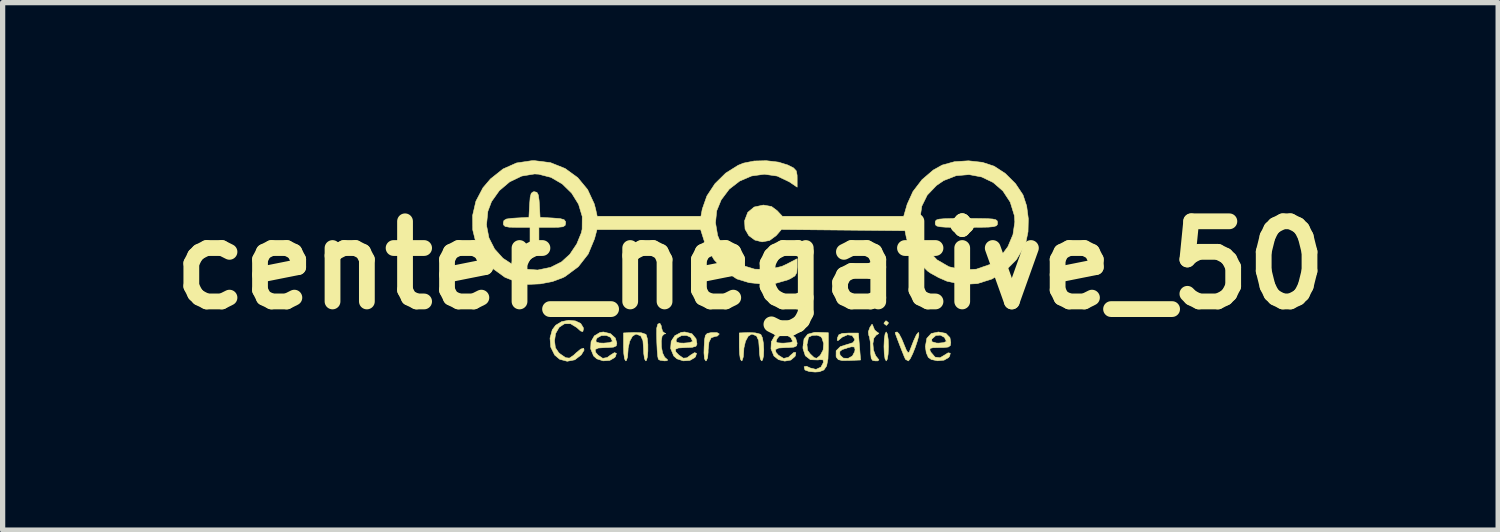
<source format=kicad_pcb>
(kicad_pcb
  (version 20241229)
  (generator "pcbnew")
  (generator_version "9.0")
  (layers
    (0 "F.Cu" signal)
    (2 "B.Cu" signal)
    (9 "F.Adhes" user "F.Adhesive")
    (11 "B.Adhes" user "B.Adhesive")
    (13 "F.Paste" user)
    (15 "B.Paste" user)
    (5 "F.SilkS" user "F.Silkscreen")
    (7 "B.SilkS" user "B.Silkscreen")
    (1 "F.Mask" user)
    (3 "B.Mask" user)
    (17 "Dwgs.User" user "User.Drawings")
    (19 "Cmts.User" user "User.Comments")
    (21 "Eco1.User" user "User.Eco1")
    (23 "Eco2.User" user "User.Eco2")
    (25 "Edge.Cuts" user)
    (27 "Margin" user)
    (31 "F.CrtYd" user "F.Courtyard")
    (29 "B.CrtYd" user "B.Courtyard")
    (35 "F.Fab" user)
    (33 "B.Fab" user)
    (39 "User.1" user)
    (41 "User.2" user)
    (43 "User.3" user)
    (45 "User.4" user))
  (footprint "center_negative_50"
    (layer "F.Cu")
    (at 11.22 1.993)
    (property "Reference" "center_negative_50" (at 0 0 0) (layer "F.SilkS") (effects (font (size 1.524 1.524) (thickness 0.3))))
    (attr through_hole)
    (fp_poly (pts (xy 2.623 1.091) (xy 2.625 1.101) (xy 2.592 1.142) (xy 2.582 1.143) (xy 2.541 1.111) (xy 2.54 1.101) (xy 2.572 1.06) (xy 2.582 1.058) (xy 2.623 1.091)) (stroke (width 0.01) (type solid)) (fill yes) (layer "F.SilkS"))
    (fp_poly (pts (xy 2.604 1.309) (xy 2.62 1.412) (xy 2.625 1.545) (xy 2.619 1.689) (xy 2.603 1.787) (xy 2.582 1.82) (xy 2.56 1.781) (xy 2.545 1.678) (xy 2.54 1.545) (xy 2.546 1.401) (xy 2.562 1.303) (xy 2.582 1.27) (xy 2.604 1.309)) (stroke (width 0.01) (type solid)) (fill yes) (layer "F.SilkS"))
    (fp_poly (pts (xy -0.635 1.282) (xy -0.593 1.307) (xy -0.593 1.31) (xy -0.628 1.347) (xy -0.673 1.355) (xy -0.746 1.38) (xy -0.788 1.462) (xy -0.804 1.613) (xy -0.804 1.654) (xy -0.814 1.759) (xy -0.839 1.817) (xy -0.849 1.82) (xy -0.873 1.78) (xy -0.883 1.668) (xy -0.88 1.558) (xy -0.872 1.415) (xy -0.856 1.335) (xy -0.821 1.298) (xy -0.757 1.284) (xy -0.73 1.281) (xy -0.635 1.282)) (stroke (width 0.01) (type solid)) (fill yes) (layer "F.SilkS"))
    (fp_poly (pts (xy -1.695 1.154) (xy -1.693 1.182) (xy -1.669 1.26) (xy -1.64 1.284) (xy -1.609 1.303) (xy -1.64 1.309) (xy -1.679 1.348) (xy -1.695 1.44) (xy -1.692 1.557) (xy -1.67 1.67) (xy -1.631 1.75) (xy -1.619 1.761) (xy -1.571 1.804) (xy -1.599 1.818) (xy -1.638 1.819) (xy -1.72 1.807) (xy -1.751 1.788) (xy -1.763 1.73) (xy -1.773 1.615) (xy -1.78 1.466) (xy -1.783 1.312) (xy -1.782 1.196) (xy -1.76 1.12) (xy -1.722 1.104) (xy -1.695 1.154)) (stroke (width 0.01) (type solid)) (fill yes) (layer "F.SilkS"))
    (fp_poly (pts (xy 2.327 1.138) (xy 2.328 1.151) (xy 2.362 1.232) (xy 2.396 1.262) (xy 2.443 1.295) (xy 2.413 1.319) (xy 2.396 1.326) (xy 2.348 1.385) (xy 2.329 1.491) (xy 2.34 1.613) (xy 2.38 1.719) (xy 2.398 1.743) (xy 2.444 1.8) (xy 2.423 1.819) (xy 2.377 1.82) (xy 2.324 1.811) (xy 2.297 1.771) (xy 2.287 1.678) (xy 2.286 1.596) (xy 2.28 1.462) (xy 2.263 1.362) (xy 2.25 1.331) (xy 2.242 1.268) (xy 2.271 1.185) (xy 2.311 1.123) (xy 2.327 1.138)) (stroke (width 0.01) (type solid)) (fill yes) (layer "F.SilkS"))
    (fp_poly (pts (xy -2.075 1.285) (xy -1.992 1.313) (xy -1.982 1.323) (xy -1.961 1.395) (xy -1.95 1.508) (xy -1.95 1.633) (xy -1.959 1.744) (xy -1.978 1.811) (xy -1.99 1.82) (xy -2.013 1.782) (xy -2.028 1.684) (xy -2.032 1.592) (xy -2.044 1.434) (xy -2.085 1.345) (xy -2.162 1.313) (xy -2.181 1.312) (xy -2.243 1.35) (xy -2.296 1.447) (xy -2.325 1.577) (xy -2.328 1.633) (xy -2.337 1.745) (xy -2.358 1.812) (xy -2.371 1.82) (xy -2.393 1.782) (xy -2.408 1.68) (xy -2.413 1.554) (xy -2.413 1.288) (xy -2.214 1.28) (xy -2.075 1.285)) (stroke (width 0.01) (type solid)) (fill yes) (layer "F.SilkS"))
    (fp_poly (pts (xy 0.091 1.287) (xy 0.183 1.31) (xy 0.199 1.319) (xy 0.228 1.38) (xy 0.247 1.486) (xy 0.254 1.611) (xy 0.249 1.726) (xy 0.231 1.803) (xy 0.212 1.82) (xy 0.188 1.782) (xy 0.173 1.684) (xy 0.169 1.592) (xy 0.157 1.434) (xy 0.116 1.345) (xy 0.039 1.313) (xy 0.021 1.312) (xy -0.042 1.35) (xy -0.094 1.447) (xy -0.124 1.577) (xy -0.127 1.633) (xy -0.136 1.745) (xy -0.157 1.812) (xy -0.169 1.82) (xy -0.192 1.782) (xy -0.207 1.68) (xy -0.212 1.554) (xy -0.212 1.288) (xy -0.034 1.281) (xy 0.091 1.287)) (stroke (width 0.01) (type solid)) (fill yes) (layer "F.SilkS"))
    (fp_poly (pts (xy 2.826 1.306) (xy 2.876 1.4) (xy 2.914 1.492) (xy 2.964 1.613) (xy 2.996 1.663) (xy 3.02 1.652) (xy 3.029 1.63) (xy 3.103 1.439) (xy 3.156 1.324) (xy 3.191 1.281) (xy 3.202 1.283) (xy 3.203 1.334) (xy 3.177 1.434) (xy 3.135 1.559) (xy 3.086 1.682) (xy 3.039 1.778) (xy 3.005 1.82) (xy 3.003 1.82) (xy 2.95 1.791) (xy 2.948 1.788) (xy 2.925 1.737) (xy 2.885 1.637) (xy 2.837 1.515) (xy 2.792 1.397) (xy 2.76 1.31) (xy 2.752 1.281) (xy 2.784 1.27) (xy 2.791 1.27) (xy 2.826 1.306)) (stroke (width 0.01) (type solid)) (fill yes) (layer "F.SilkS"))
    (fp_poly (pts (xy 4.341 -0.888) (xy 4.504 -0.885) (xy 4.608 -0.878) (xy 4.667 -0.864) (xy 4.693 -0.842) (xy 4.699 -0.811) (xy 4.699 -0.804) (xy 4.695 -0.771) (xy 4.673 -0.748) (xy 4.62 -0.733) (xy 4.525 -0.724) (xy 4.372 -0.721) (xy 4.15 -0.72) (xy 4.106 -0.72) (xy 3.872 -0.72) (xy 3.709 -0.723) (xy 3.605 -0.731) (xy 3.546 -0.745) (xy 3.52 -0.766) (xy 3.514 -0.798) (xy 3.514 -0.804) (xy 3.518 -0.838) (xy 3.54 -0.861) (xy 3.592 -0.876) (xy 3.688 -0.884) (xy 3.84 -0.888) (xy 4.062 -0.889) (xy 4.106 -0.889) (xy 4.341 -0.888)) (stroke (width 0.01) (type solid)) (fill yes) (layer "F.SilkS"))
    (fp_poly (pts (xy -3.328 1.06) (xy -3.227 1.108) (xy -3.177 1.19) (xy -3.175 1.212) (xy -3.187 1.263) (xy -3.229 1.251) (xy -3.302 1.185) (xy -3.42 1.113) (xy -3.537 1.114) (xy -3.637 1.18) (xy -3.705 1.3) (xy -3.725 1.436) (xy -3.709 1.569) (xy -3.647 1.662) (xy -3.614 1.69) (xy -3.514 1.759) (xy -3.442 1.767) (xy -3.363 1.714) (xy -3.317 1.67) (xy -3.226 1.595) (xy -3.171 1.579) (xy -3.163 1.615) (xy -3.215 1.702) (xy -3.217 1.705) (xy -3.339 1.799) (xy -3.484 1.827) (xy -3.627 1.789) (xy -3.722 1.709) (xy -3.797 1.557) (xy -3.811 1.387) (xy -3.768 1.229) (xy -3.703 1.142) (xy -3.589 1.073) (xy -3.456 1.047) (xy -3.328 1.06)) (stroke (width 0.01) (type solid)) (fill yes) (layer "F.SilkS"))
    (fp_poly (pts (xy 2.095 1.803) (xy 1.876 1.812) (xy 1.744 1.813) (xy 1.672 1.796) (xy 1.637 1.754) (xy 1.629 1.734) (xy 1.63 1.641) (xy 1.699 1.641) (xy 1.701 1.693) (xy 1.708 1.713) (xy 1.767 1.767) (xy 1.858 1.772) (xy 1.939 1.727) (xy 1.984 1.642) (xy 1.99 1.603) (xy 1.977 1.556) (xy 1.924 1.551) (xy 1.857 1.568) (xy 1.745 1.605) (xy 1.699 1.641) (xy 1.63 1.641) (xy 1.63 1.627) (xy 1.71 1.548) (xy 1.846 1.505) (xy 1.95 1.473) (xy 1.983 1.424) (xy 1.981 1.406) (xy 1.934 1.337) (xy 1.847 1.323) (xy 1.747 1.367) (xy 1.728 1.383) (xy 1.666 1.434) (xy 1.65 1.427) (xy 1.657 1.376) (xy 1.683 1.322) (xy 1.748 1.297) (xy 1.863 1.291) (xy 2.053 1.291) (xy 2.095 1.803)) (stroke (width 0.01) (type solid)) (fill yes) (layer "F.SilkS"))
    (fp_poly (pts (xy -4.06 -1.385) (xy -4.033 -1.335) (xy -4.018 -1.228) (xy -4.013 -1.154) (xy -4 -0.91) (xy -3.757 -0.897) (xy -3.618 -0.886) (xy -3.544 -0.866) (xy -3.516 -0.83) (xy -3.514 -0.802) (xy -3.524 -0.756) (xy -3.566 -0.731) (xy -3.66 -0.721) (xy -3.768 -0.72) (xy -4.022 -0.72) (xy -4.022 -0.466) (xy -4.025 -0.324) (xy -4.038 -0.247) (xy -4.069 -0.216) (xy -4.106 -0.212) (xy -4.154 -0.221) (xy -4.179 -0.262) (xy -4.189 -0.353) (xy -4.191 -0.466) (xy -4.191 -0.72) (xy -4.445 -0.72) (xy -4.587 -0.723) (xy -4.664 -0.737) (xy -4.695 -0.767) (xy -4.699 -0.802) (xy -4.687 -0.85) (xy -4.64 -0.878) (xy -4.536 -0.892) (xy -4.456 -0.897) (xy -4.212 -0.91) (xy -4.199 -1.154) (xy -4.188 -1.293) (xy -4.168 -1.367) (xy -4.131 -1.395) (xy -4.106 -1.397) (xy -4.06 -1.385)) (stroke (width 0.01) (type solid)) (fill yes) (layer "F.SilkS"))
    (fp_poly (pts (xy -1.113 1.303) (xy -1.034 1.398) (xy -1.016 1.5) (xy -1.036 1.541) (xy -1.108 1.562) (xy -1.228 1.566) (xy -1.368 1.574) (xy -1.429 1.6) (xy -1.417 1.65) (xy -1.362 1.708) (xy -1.276 1.768) (xy -1.205 1.761) (xy -1.135 1.708) (xy -1.062 1.663) (xy -1.024 1.676) (xy -1.042 1.735) (xy -1.057 1.756) (xy -1.152 1.811) (xy -1.277 1.819) (xy -1.396 1.781) (xy -1.458 1.726) (xy -1.517 1.584) (xy -1.507 1.449) (xy -1.489 1.42) (xy -1.413 1.42) (xy -1.409 1.461) (xy -1.347 1.479) (xy -1.269 1.482) (xy -1.163 1.473) (xy -1.105 1.453) (xy -1.101 1.445) (xy -1.134 1.372) (xy -1.214 1.336) (xy -1.31 1.338) (xy -1.389 1.382) (xy -1.413 1.42) (xy -1.489 1.42) (xy -1.437 1.34) (xy -1.316 1.277) (xy -1.248 1.27) (xy -1.113 1.303)) (stroke (width 0.01) (type solid)) (fill yes) (layer "F.SilkS"))
    (fp_poly (pts (xy -2.661 1.302) (xy -2.569 1.385) (xy -2.54 1.485) (xy -2.552 1.534) (xy -2.602 1.558) (xy -2.71 1.566) (xy -2.752 1.566) (xy -2.892 1.575) (xy -2.954 1.604) (xy -2.943 1.658) (xy -2.897 1.711) (xy -2.808 1.771) (xy -2.722 1.755) (xy -2.659 1.708) (xy -2.586 1.663) (xy -2.548 1.676) (xy -2.566 1.735) (xy -2.581 1.756) (xy -2.676 1.811) (xy -2.801 1.819) (xy -2.92 1.781) (xy -2.982 1.726) (xy -3.038 1.59) (xy -3.031 1.455) (xy -3.011 1.42) (xy -2.937 1.42) (xy -2.933 1.461) (xy -2.871 1.479) (xy -2.793 1.482) (xy -2.687 1.473) (xy -2.629 1.453) (xy -2.625 1.445) (xy -2.658 1.372) (xy -2.738 1.336) (xy -2.834 1.338) (xy -2.913 1.382) (xy -2.937 1.42) (xy -3.011 1.42) (xy -2.968 1.344) (xy -2.86 1.279) (xy -2.795 1.27) (xy -2.661 1.302)) (stroke (width 0.01) (type solid)) (fill yes) (layer "F.SilkS"))
    (fp_poly (pts (xy 0.768 1.302) (xy 0.86 1.385) (xy 0.889 1.485) (xy 0.877 1.534) (xy 0.827 1.558) (xy 0.719 1.566) (xy 0.677 1.566) (xy 0.537 1.575) (xy 0.475 1.604) (xy 0.486 1.658) (xy 0.532 1.711) (xy 0.632 1.773) (xy 0.725 1.75) (xy 0.762 1.714) (xy 0.827 1.658) (xy 0.864 1.662) (xy 0.854 1.721) (xy 0.847 1.736) (xy 0.768 1.804) (xy 0.653 1.824) (xy 0.534 1.796) (xy 0.447 1.726) (xy 0.391 1.59) (xy 0.398 1.455) (xy 0.401 1.451) (xy 0.487 1.451) (xy 0.512 1.475) (xy 0.601 1.482) (xy 0.634 1.482) (xy 0.74 1.474) (xy 0.8 1.456) (xy 0.804 1.448) (xy 0.769 1.379) (xy 0.688 1.325) (xy 0.628 1.312) (xy 0.55 1.346) (xy 0.508 1.397) (xy 0.487 1.451) (xy 0.401 1.451) (xy 0.461 1.344) (xy 0.569 1.279) (xy 0.634 1.27) (xy 0.768 1.302)) (stroke (width 0.01) (type solid)) (fill yes) (layer "F.SilkS"))
    (fp_poly (pts (xy 3.716 1.296) (xy 3.794 1.377) (xy 3.81 1.469) (xy 3.802 1.527) (xy 3.763 1.556) (xy 3.673 1.566) (xy 3.597 1.566) (xy 3.473 1.569) (xy 3.417 1.582) (xy 3.412 1.614) (xy 3.43 1.653) (xy 3.511 1.748) (xy 3.606 1.76) (xy 3.685 1.713) (xy 3.76 1.666) (xy 3.801 1.674) (xy 3.789 1.727) (xy 3.769 1.756) (xy 3.681 1.806) (xy 3.558 1.818) (xy 3.44 1.793) (xy 3.383 1.753) (xy 3.344 1.664) (xy 3.327 1.546) (xy 3.327 1.545) (xy 3.352 1.407) (xy 3.447 1.407) (xy 3.452 1.456) (xy 3.536 1.48) (xy 3.574 1.482) (xy 3.673 1.473) (xy 3.724 1.45) (xy 3.725 1.445) (xy 3.69 1.373) (xy 3.611 1.33) (xy 3.528 1.336) (xy 3.523 1.339) (xy 3.447 1.407) (xy 3.352 1.407) (xy 3.355 1.39) (xy 3.439 1.299) (xy 3.574 1.27) (xy 3.716 1.296)) (stroke (width 0.01) (type solid)) (fill yes) (layer "F.SilkS"))
    (fp_poly (pts (xy 1.482 1.284) (xy 1.482 1.576) (xy 1.475 1.781) (xy 1.449 1.915) (xy 1.397 1.992) (xy 1.311 2.026) (xy 1.229 2.032) (xy 1.116 2.021) (xy 1.043 1.995) (xy 1.035 1.987) (xy 1.021 1.931) (xy 1.066 1.921) (xy 1.139 1.955) (xy 1.247 1.981) (xy 1.341 1.938) (xy 1.389 1.848) (xy 1.382 1.801) (xy 1.322 1.796) (xy 1.284 1.802) (xy 1.141 1.797) (xy 1.044 1.722) (xy 1 1.588) (xy 0.999 1.554) (xy 1.005 1.51) (xy 1.075 1.51) (xy 1.087 1.62) (xy 1.139 1.689) (xy 1.213 1.758) (xy 1.259 1.77) (xy 1.312 1.729) (xy 1.33 1.711) (xy 1.383 1.612) (xy 1.393 1.489) (xy 1.359 1.383) (xy 1.336 1.356) (xy 1.264 1.331) (xy 1.176 1.336) (xy 1.112 1.365) (xy 1.1 1.389) (xy 1.09 1.449) (xy 1.075 1.51) (xy 1.005 1.51) (xy 1.02 1.401) (xy 1.091 1.312) (xy 1.221 1.277) (xy 1.296 1.277) (xy 1.482 1.284)) (stroke (width 0.01) (type solid)) (fill yes) (layer "F.SilkS"))
    (fp_poly (pts (xy 4.411 -1.956) (xy 4.634 -1.883) (xy 4.847 -1.744) (xy 5.04 -1.552) (xy 5.182 -1.339) (xy 5.185 -1.332) (xy 5.253 -1.126) (xy 5.285 -0.882) (xy 5.279 -0.636) (xy 5.235 -0.421) (xy 5.216 -0.371) (xy 5.057 -0.104) (xy 4.845 0.109) (xy 4.594 0.262) (xy 4.317 0.35) (xy 4.028 0.366) (xy 3.739 0.305) (xy 3.58 0.236) (xy 3.426 0.151) (xy 3.37 0.112) (xy 3.227 -0.03) (xy 3.095 -0.218) (xy 2.998 -0.415) (xy 2.966 -0.522) (xy 2.939 -0.656) (xy 0.59 -0.679) (xy 0.491 -0.564) (xy 0.364 -0.47) (xy 0.222 -0.444) (xy 0.084 -0.478) (xy -0.03 -0.562) (xy -0.102 -0.687) (xy -0.111 -0.843) (xy -0.1 -0.874) (xy 3.222 -0.874) (xy 3.225 -0.76) (xy 3.243 -0.577) (xy 3.282 -0.442) (xy 3.351 -0.317) (xy 3.362 -0.302) (xy 3.548 -0.102) (xy 3.775 0.029) (xy 4.028 0.09) (xy 4.295 0.076) (xy 4.561 -0.016) (xy 4.573 -0.021) (xy 4.753 -0.159) (xy 4.897 -0.354) (xy 4.993 -0.583) (xy 5.028 -0.822) (xy 5.02 -0.942) (xy 4.941 -1.199) (xy 4.802 -1.411) (xy 4.616 -1.573) (xy 4.397 -1.678) (xy 4.158 -1.723) (xy 3.912 -1.702) (xy 3.674 -1.609) (xy 3.538 -1.516) (xy 3.362 -1.332) (xy 3.259 -1.123) (xy 3.222 -0.874) (xy -0.1 -0.874) (xy -0.05 -1.005) (xy 0.071 -1.106) (xy 0.243 -1.143) (xy 0.251 -1.143) (xy 0.402 -1.116) (xy 0.508 -1.037) (xy 0.607 -0.931) (xy 2.915 -0.931) (xy 2.981 -1.159) (xy 3.091 -1.401) (xy 3.263 -1.626) (xy 3.478 -1.81) (xy 3.647 -1.904) (xy 3.88 -1.968) (xy 4.147 -1.985) (xy 4.411 -1.956)) (stroke (width 0.01) (type solid)) (fill yes) (layer "F.SilkS"))
    (fp_poly (pts (xy -3.802 -1.95) (xy -3.524 -1.839) (xy -3.284 -1.665) (xy -3.096 -1.438) (xy -2.97 -1.167) (xy -2.944 -1.069) (xy -2.914 -0.931) (xy -0.941 -0.931) (xy -0.915 -1.069) (xy -0.828 -1.316) (xy -0.674 -1.55) (xy -0.47 -1.751) (xy -0.233 -1.9) (xy -0.131 -1.941) (xy 0.069 -1.981) (xy 0.303 -1.987) (xy 0.533 -1.96) (xy 0.709 -1.906) (xy 0.82 -1.85) (xy 0.872 -1.794) (xy 0.888 -1.71) (xy 0.889 -1.654) (xy 0.889 -1.484) (xy 0.74 -1.585) (xy 0.51 -1.695) (xy 0.266 -1.73) (xy 0.023 -1.697) (xy -0.204 -1.6) (xy -0.402 -1.447) (xy -0.556 -1.242) (xy -0.641 -1.034) (xy -0.664 -0.807) (xy -0.623 -0.564) (xy -0.525 -0.334) (xy -0.38 -0.145) (xy -0.374 -0.14) (xy -0.166 -0.000274) (xy 0.08 0.075) (xy 0.341 0.083) (xy 0.597 0.023) (xy 0.684 -0.017) (xy 0.889 -0.123) (xy 0.889 0.038) (xy 0.882 0.141) (xy 0.846 0.204) (xy 0.759 0.257) (xy 0.71 0.279) (xy 0.491 0.342) (xy 0.234 0.359) (xy -0.025 0.332) (xy -0.254 0.262) (xy -0.265 0.256) (xy -0.492 0.106) (xy -0.689 -0.102) (xy -0.834 -0.343) (xy -0.875 -0.45) (xy -0.947 -0.677) (xy -2.918 -0.677) (xy -2.965 -0.501) (xy -3.085 -0.212) (xy -3.273 0.029) (xy -3.524 0.215) (xy -3.566 0.237) (xy -3.765 0.311) (xy -3.996 0.355) (xy -4.222 0.365) (xy -4.381 0.344) (xy -4.668 0.23) (xy -4.904 0.059) (xy -5.087 -0.156) (xy -5.214 -0.403) (xy -5.28 -0.67) (xy -5.281 -0.761) (xy -5.019 -0.761) (xy -4.972 -0.519) (xy -4.864 -0.307) (xy -4.706 -0.132) (xy -4.509 -0.003) (xy -4.285 0.075) (xy -4.045 0.092) (xy -3.799 0.041) (xy -3.592 -0.063) (xy -3.434 -0.207) (xy -3.302 -0.404) (xy -3.214 -0.619) (xy -3.2 -0.685) (xy -3.198 -0.926) (xy -3.268 -1.159) (xy -3.399 -1.37) (xy -3.578 -1.545) (xy -3.792 -1.67) (xy -4.03 -1.731) (xy -4.106 -1.735) (xy -4.349 -1.695) (xy -4.578 -1.585) (xy -4.775 -1.418) (xy -4.923 -1.21) (xy -4.993 -1.024) (xy -5.019 -0.761) (xy -5.281 -0.761) (xy -5.283 -0.945) (xy -5.22 -1.217) (xy -5.086 -1.472) (xy -4.943 -1.64) (xy -4.704 -1.83) (xy -4.448 -1.944) (xy -4.159 -1.987) (xy -4.106 -1.988) (xy -3.802 -1.95)) (stroke (width 0.01) (type solid)) (fill yes) (layer "F.SilkS")))
  (gr_rect
    (start -3 -3)
    (end 25.439 7.03)
    (stroke (width 0.1) (type default))
    (fill no)
    (layer "Edge.Cuts")))
</source>
